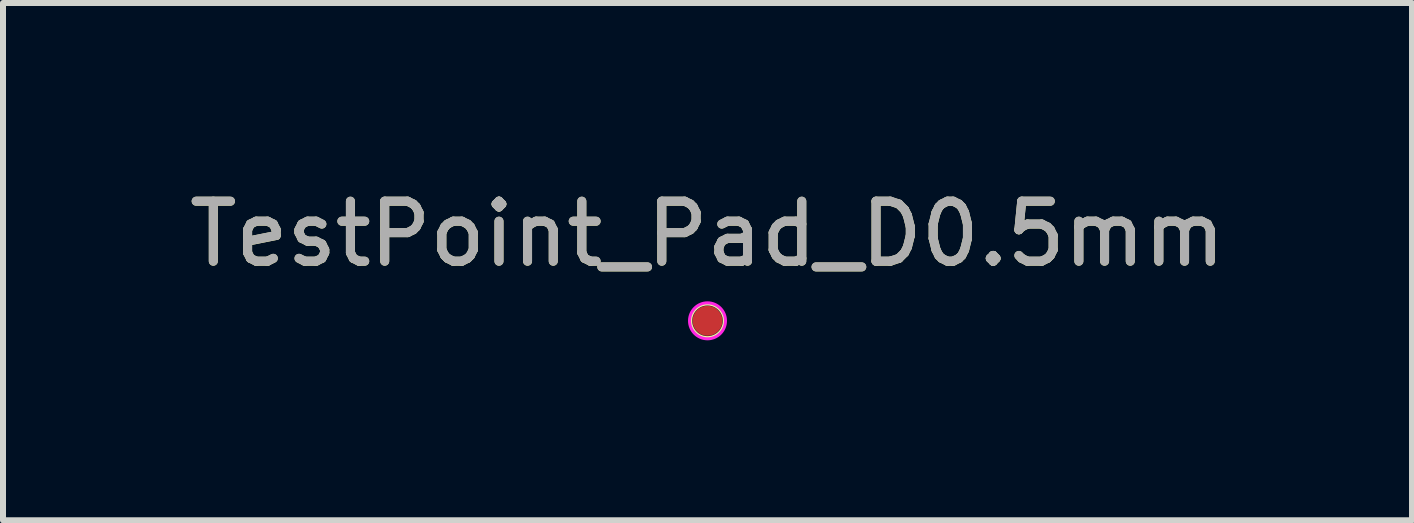
<source format=kicad_pcb>
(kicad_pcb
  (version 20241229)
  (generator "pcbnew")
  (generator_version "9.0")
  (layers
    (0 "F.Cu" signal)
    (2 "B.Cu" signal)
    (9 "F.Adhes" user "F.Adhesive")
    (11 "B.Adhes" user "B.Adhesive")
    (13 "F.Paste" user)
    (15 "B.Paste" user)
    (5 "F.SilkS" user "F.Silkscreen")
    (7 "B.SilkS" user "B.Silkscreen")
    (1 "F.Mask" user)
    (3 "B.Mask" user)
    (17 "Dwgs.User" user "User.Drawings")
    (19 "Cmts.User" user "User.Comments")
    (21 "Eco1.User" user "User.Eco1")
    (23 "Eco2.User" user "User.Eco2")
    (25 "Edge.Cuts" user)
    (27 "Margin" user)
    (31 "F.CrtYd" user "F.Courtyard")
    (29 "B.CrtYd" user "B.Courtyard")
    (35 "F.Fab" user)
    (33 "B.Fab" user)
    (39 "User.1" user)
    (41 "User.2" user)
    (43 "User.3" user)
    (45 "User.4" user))
  (footprint "TestPoint_Pad_D0.5mm"
    (layer "F.Cu")
    (at 8.744 2.298)
    (property "Reference" "TestPoint_Pad_D0.5mm" (at 0 -1.448 0) (layer "F.SilkS") (effects (font (size 1 1) (thickness 0.15))))
    (attr exclude_from_pos_files exclude_from_bom)
    (fp_circle (center 0 0) (end 0.28 0) (stroke (width 0.05) (type solid)) (fill no) (layer "F.SilkS"))
    (fp_circle (center 0 0) (end 0.3 0) (stroke (width 0.05) (type solid)) (fill no) (layer "F.CrtYd"))
    (fp_text user "${REFERENCE}" (at 0 -1.45 0) (layer "F.Fab") (effects (font (size 1 1) (thickness 0.15))))
    (pad "1" smd circle (at 0 0) (size 0.5 0.5) (layers "F.Cu" "F.Mask")))
  (gr_rect
    (start -3 -3)
    (end 20.488 5.623)
    (stroke (width 0.1) (type default))
    (fill no)
    (layer "Edge.Cuts")))
</source>
